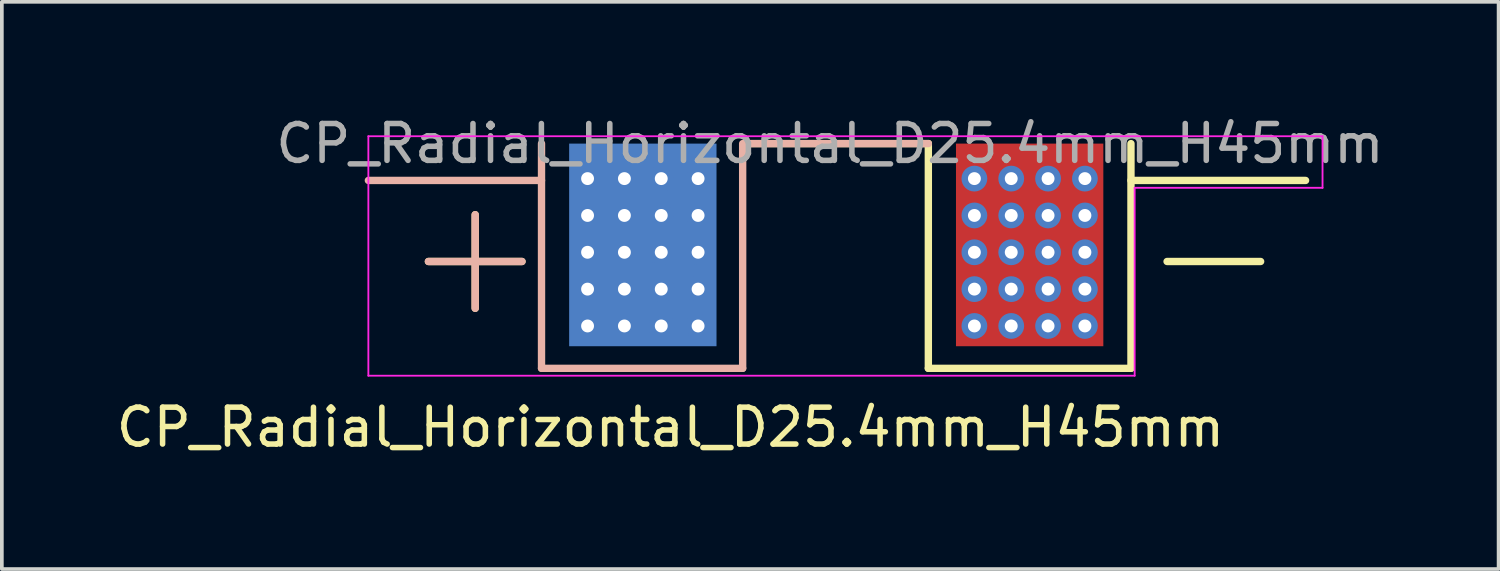
<source format=kicad_pcb>
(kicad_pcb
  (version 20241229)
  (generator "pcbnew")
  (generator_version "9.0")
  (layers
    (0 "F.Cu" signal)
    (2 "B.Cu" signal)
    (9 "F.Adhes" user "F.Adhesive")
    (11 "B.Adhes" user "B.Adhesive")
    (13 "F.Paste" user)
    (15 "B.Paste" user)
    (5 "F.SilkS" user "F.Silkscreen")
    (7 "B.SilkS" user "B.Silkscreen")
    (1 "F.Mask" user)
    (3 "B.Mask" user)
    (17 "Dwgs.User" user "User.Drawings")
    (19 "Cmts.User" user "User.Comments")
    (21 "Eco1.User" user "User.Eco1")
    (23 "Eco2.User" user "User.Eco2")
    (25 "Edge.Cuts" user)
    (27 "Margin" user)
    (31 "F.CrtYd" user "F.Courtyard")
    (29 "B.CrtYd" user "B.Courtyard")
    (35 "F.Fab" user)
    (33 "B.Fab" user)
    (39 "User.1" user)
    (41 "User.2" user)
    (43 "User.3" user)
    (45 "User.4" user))
  (footprint "CP_Radial_Horizontal_D25.4mm_H45mm"
    (layer "F.Cu")
    (at 19.649 0.648)
    (property "Reference" "CP_Radial_Horizontal_D25.4mm_H45mm" (at -4.5 7.9 0) (layer "F.SilkS") (effects (font (size 1 1) (thickness 0.15))))
    (attr through_hole)
    (fp_line (start -11.07 3.4) (end -8.53 3.4) (stroke (width 0.2) (type default)) (layer "F.SilkS"))
    (fp_line (start -9.8 2.13) (end -9.8 4.67) (stroke (width 0.2) (type default)) (layer "F.SilkS"))
    (fp_line (start -2.5 0.2) (end 2.5 0.2) (stroke (width 0.2) (type default)) (layer "F.SilkS"))
    (fp_line (start 2.5 0.2) (end 2.5 6.3) (stroke (width 0.2) (type default)) (layer "F.SilkS"))
    (fp_line (start 2.5 6.3) (end 8 6.3) (stroke (width 0.2) (type default)) (layer "F.SilkS"))
    (fp_line (start 8 0.2) (end 8 6.3) (stroke (width 0.2) (type default)) (layer "F.SilkS"))
    (fp_line (start 8 1.2) (end 12.74 1.2) (stroke (width 0.2) (type default)) (layer "F.SilkS"))
    (fp_line (start 11.52 3.4) (end 8.98 3.4) (stroke (width 0.2) (type default)) (layer "F.SilkS"))
    (fp_line (start -12.7 1.2) (end -8 1.2) (stroke (width 0.2) (type default)) (layer "B.SilkS"))
    (fp_line (start -11.07 3.4) (end -8.53 3.4) (stroke (width 0.2) (type default)) (layer "B.SilkS"))
    (fp_line (start -9.8 2.13) (end -9.8 4.67) (stroke (width 0.2) (type default)) (layer "B.SilkS"))
    (fp_line (start -8 0.2) (end -8 6.3) (stroke (width 0.2) (type default)) (layer "B.SilkS"))
    (fp_line (start -8 6.3) (end -2.54 6.3) (stroke (width 0.2) (type default)) (layer "B.SilkS"))
    (fp_line (start -2.54 0.2) (end -2.54 6.3) (stroke (width 0.2) (type default)) (layer "B.SilkS"))
    (fp_line (start -2.5 0.2) (end 2.5 0.2) (stroke (width 0.2) (type default)) (layer "B.SilkS"))
    (fp_line (start -12.7 0) (end -12.7 6.5) (stroke (width 0.05) (type default)) (layer "F.CrtYd"))
    (fp_line (start -12.7 6.5) (end 8.1 6.5) (stroke (width 0.05) (type default)) (layer "F.CrtYd"))
    (fp_line (start 8.1 6.5) (end 8.1 1.4) (stroke (width 0.05) (type default)) (layer "F.CrtYd"))
    (fp_line (start 13.2 0) (end -12.7 0) (stroke (width 0.05) (type default)) (layer "F.CrtYd"))
    (fp_line (start 13.2 1.4) (end 8.1 1.4) (stroke (width 0.05) (type default)) (layer "F.CrtYd"))
    (fp_line (start 13.2 1.4) (end 13.2 0) (stroke (width 0.05) (type default)) (layer "F.CrtYd"))
    (fp_line (start -8.2 0) (end -8.2 1) (stroke (width 0.1) (type default)) (layer "User.1"))
    (fp_line (start -8.2 1) (end -13.4 1) (stroke (width 0.1) (type default)) (layer "User.1"))
    (fp_line (start 8.2 0) (end -8.2 0) (stroke (width 0.1) (type default)) (layer "User.1"))
    (fp_line (start 8.2 0) (end 8.2 1) (stroke (width 0.1) (type default)) (layer "User.1"))
    (fp_line (start 13.4 1) (end 8.2 1) (stroke (width 0.1) (type default)) (layer "User.1"))
    (fp_text user "${REFERENCE}" (at -0.17 0.2 0) (layer "F.Fab") (effects (font (size 1 1) (thickness 0.15))))
    (pad "1" thru_hole circle (at -6.75 1.15) (size 0.7 0.7) (drill 0.35) (property pad_prop_heatsink) (layers "*.Cu"))
    (pad "1" thru_hole circle (at -6.75 2.15) (size 0.7 0.7) (drill 0.35) (property pad_prop_heatsink) (layers "*.Cu"))
    (pad "1" thru_hole circle (at -6.75 3.15) (size 0.7 0.7) (drill 0.35) (property pad_prop_heatsink) (layers "*.Cu"))
    (pad "1" thru_hole circle (at -6.75 4.15) (size 0.7 0.7) (drill 0.35) (property pad_prop_heatsink) (layers "*.Cu"))
    (pad "1" thru_hole circle (at -6.75 5.15) (size 0.7 0.7) (drill 0.35) (property pad_prop_heatsink) (layers "*.Cu"))
    (pad "1" thru_hole circle (at -5.75 1.15) (size 0.7 0.7) (drill 0.35) (property pad_prop_heatsink) (layers "*.Cu"))
    (pad "1" thru_hole circle (at -5.75 2.15) (size 0.7 0.7) (drill 0.35) (property pad_prop_heatsink) (layers "*.Cu"))
    (pad "1" thru_hole circle (at -5.75 3.15) (size 0.7 0.7) (drill 0.35) (property pad_prop_heatsink) (layers "*.Cu"))
    (pad "1" thru_hole circle (at -5.75 4.15) (size 0.7 0.7) (drill 0.35) (property pad_prop_heatsink) (layers "*.Cu"))
    (pad "1" thru_hole circle (at -5.75 5.15) (size 0.7 0.7) (drill 0.35) (property pad_prop_heatsink) (layers "*.Cu"))
    (pad "1" connect rect (at -5.25 2.95) (size 4 5.5) (layers "B.Cu" "B.Mask"))
    (pad "1" thru_hole circle (at -4.75 1.15) (size 0.7 0.7) (drill 0.35) (property pad_prop_heatsink) (layers "*.Cu"))
    (pad "1" thru_hole circle (at -4.75 2.15) (size 0.7 0.7) (drill 0.35) (property pad_prop_heatsink) (layers "*.Cu"))
    (pad "1" thru_hole circle (at -4.75 3.15) (size 0.7 0.7) (drill 0.35) (property pad_prop_heatsink) (layers "*.Cu"))
    (pad "1" thru_hole circle (at -4.75 4.15) (size 0.7 0.7) (drill 0.35) (property pad_prop_heatsink) (layers "*.Cu"))
    (pad "1" thru_hole circle (at -4.75 5.15) (size 0.7 0.7) (drill 0.35) (property pad_prop_heatsink) (layers "*.Cu"))
    (pad "1" thru_hole circle (at -3.75 1.15) (size 0.7 0.7) (drill 0.35) (property pad_prop_heatsink) (layers "*.Cu"))
    (pad "1" thru_hole circle (at -3.75 2.15) (size 0.7 0.7) (drill 0.35) (property pad_prop_heatsink) (layers "*.Cu"))
    (pad "1" thru_hole circle (at -3.75 3.15) (size 0.7 0.7) (drill 0.35) (property pad_prop_heatsink) (layers "*.Cu"))
    (pad "1" thru_hole circle (at -3.75 4.15) (size 0.7 0.7) (drill 0.35) (property pad_prop_heatsink) (layers "*.Cu"))
    (pad "1" thru_hole circle (at -3.75 5.15) (size 0.7 0.7) (drill 0.35) (property pad_prop_heatsink) (layers "*.Cu"))
    (pad "2" thru_hole circle (at 3.75 1.15) (size 0.7 0.7) (drill 0.35) (property pad_prop_heatsink) (layers "*.Cu"))
    (pad "2" thru_hole circle (at 3.75 2.15) (size 0.7 0.7) (drill 0.35) (property pad_prop_heatsink) (layers "*.Cu"))
    (pad "2" thru_hole circle (at 3.75 3.15) (size 0.7 0.7) (drill 0.35) (property pad_prop_heatsink) (layers "*.Cu"))
    (pad "2" thru_hole circle (at 3.75 4.15) (size 0.7 0.7) (drill 0.35) (property pad_prop_heatsink) (layers "*.Cu"))
    (pad "2" thru_hole circle (at 3.75 5.15) (size 0.7 0.7) (drill 0.35) (property pad_prop_heatsink) (layers "*.Cu"))
    (pad "2" thru_hole circle (at 4.75 1.15) (size 0.7 0.7) (drill 0.35) (property pad_prop_heatsink) (layers "*.Cu"))
    (pad "2" thru_hole circle (at 4.75 2.15) (size 0.7 0.7) (drill 0.35) (property pad_prop_heatsink) (layers "*.Cu"))
    (pad "2" thru_hole circle (at 4.75 3.15) (size 0.7 0.7) (drill 0.35) (property pad_prop_heatsink) (layers "*.Cu"))
    (pad "2" thru_hole circle (at 4.75 4.15) (size 0.7 0.7) (drill 0.35) (property pad_prop_heatsink) (layers "*.Cu"))
    (pad "2" thru_hole circle (at 4.75 5.15) (size 0.7 0.7) (drill 0.35) (property pad_prop_heatsink) (layers "*.Cu"))
    (pad "2" connect rect (at 5.25 2.95) (size 4 5.5) (layers "F.Cu" "F.Mask"))
    (pad "2" thru_hole circle (at 5.75 1.15) (size 0.7 0.7) (drill 0.35) (property pad_prop_heatsink) (layers "*.Cu"))
    (pad "2" thru_hole circle (at 5.75 2.15) (size 0.7 0.7) (drill 0.35) (property pad_prop_heatsink) (layers "*.Cu"))
    (pad "2" thru_hole circle (at 5.75 3.15) (size 0.7 0.7) (drill 0.35) (property pad_prop_heatsink) (layers "*.Cu"))
    (pad "2" thru_hole circle (at 5.75 4.15) (size 0.7 0.7) (drill 0.35) (property pad_prop_heatsink) (layers "*.Cu"))
    (pad "2" thru_hole circle (at 5.75 5.15) (size 0.7 0.7) (drill 0.35) (property pad_prop_heatsink) (layers "*.Cu"))
    (pad "2" thru_hole circle (at 6.75 1.15) (size 0.7 0.7) (drill 0.35) (property pad_prop_heatsink) (layers "*.Cu"))
    (pad "2" thru_hole circle (at 6.75 2.15) (size 0.7 0.7) (drill 0.35) (property pad_prop_heatsink) (layers "*.Cu"))
    (pad "2" thru_hole circle (at 6.75 3.15) (size 0.7 0.7) (drill 0.35) (property pad_prop_heatsink) (layers "*.Cu"))
    (pad "2" thru_hole circle (at 6.75 4.15) (size 0.7 0.7) (drill 0.35) (property pad_prop_heatsink) (layers "*.Cu"))
    (pad "2" thru_hole circle (at 6.75 5.15) (size 0.7 0.7) (drill 0.35) (property pad_prop_heatsink) (layers "*.Cu")))
  (gr_rect
    (start -3 -3)
    (end 37.628 12.396)
    (stroke (width 0.1) (type default))
    (fill no)
    (layer "Edge.Cuts")))
</source>
